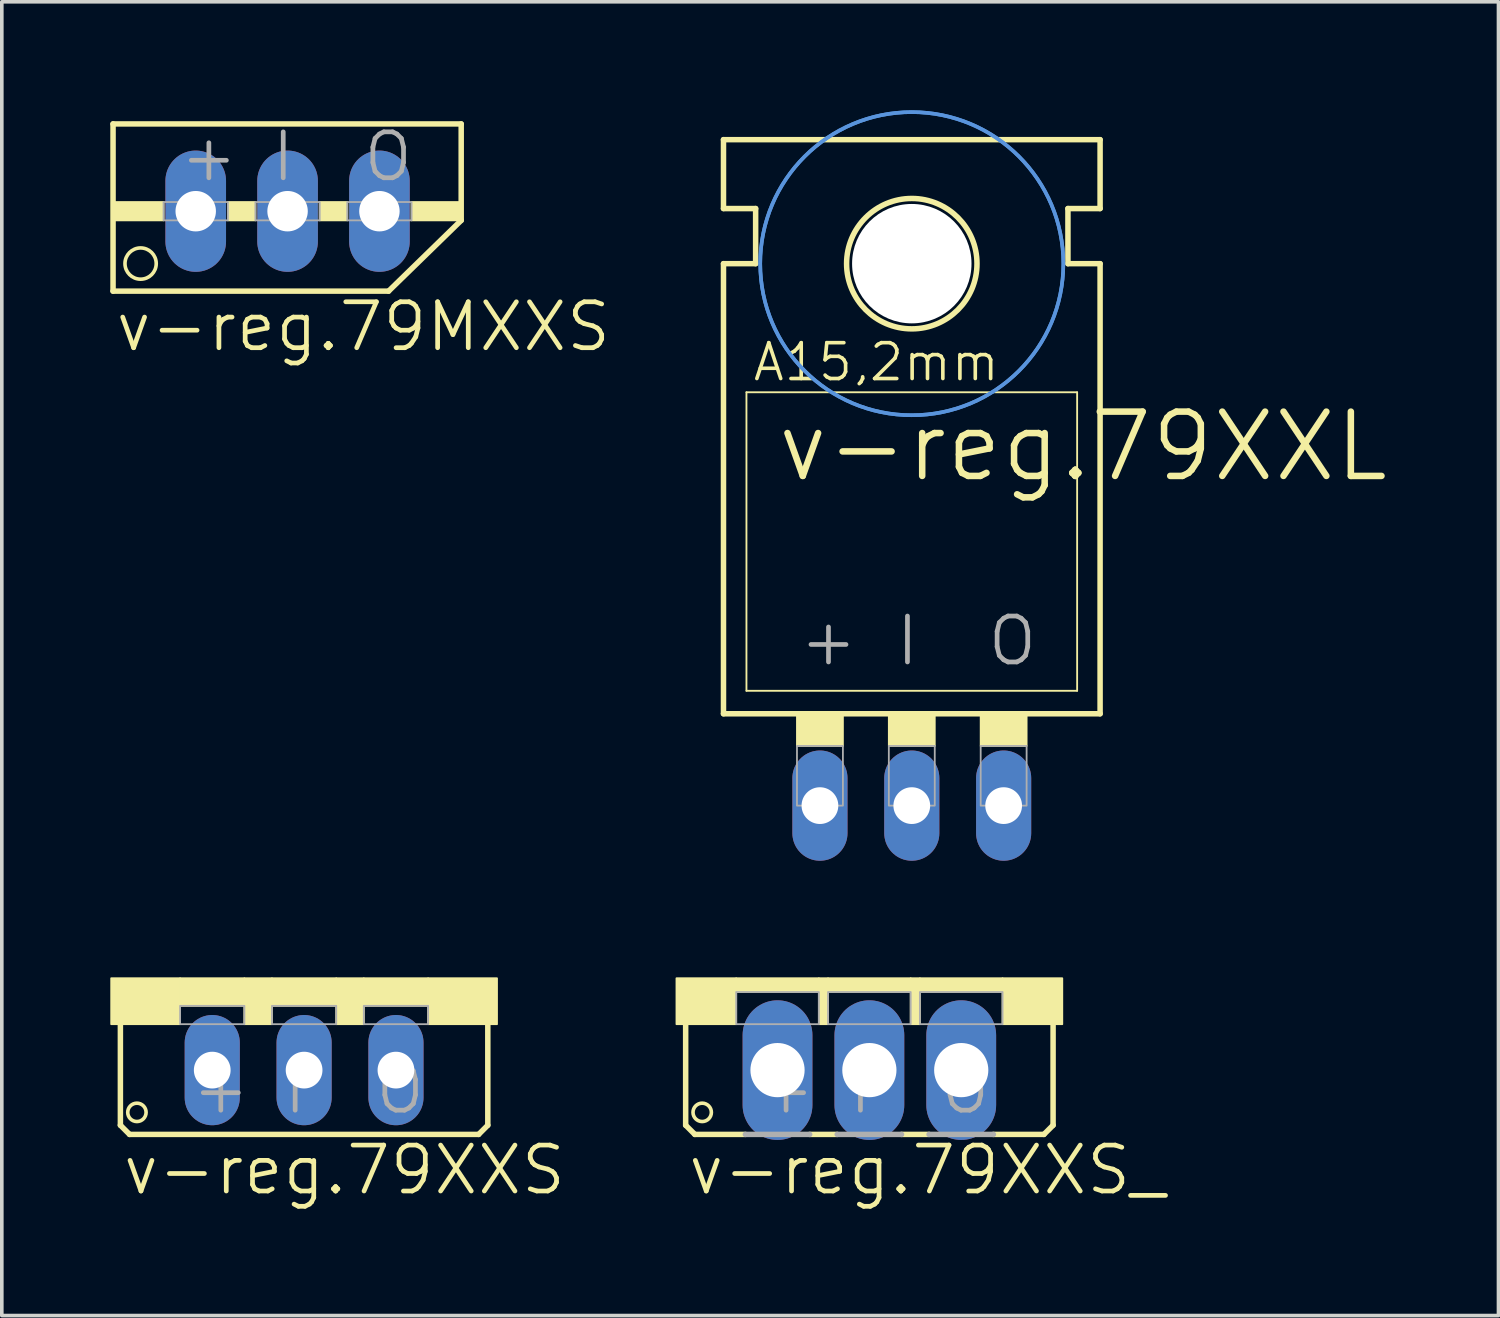
<source format=kicad_pcb>
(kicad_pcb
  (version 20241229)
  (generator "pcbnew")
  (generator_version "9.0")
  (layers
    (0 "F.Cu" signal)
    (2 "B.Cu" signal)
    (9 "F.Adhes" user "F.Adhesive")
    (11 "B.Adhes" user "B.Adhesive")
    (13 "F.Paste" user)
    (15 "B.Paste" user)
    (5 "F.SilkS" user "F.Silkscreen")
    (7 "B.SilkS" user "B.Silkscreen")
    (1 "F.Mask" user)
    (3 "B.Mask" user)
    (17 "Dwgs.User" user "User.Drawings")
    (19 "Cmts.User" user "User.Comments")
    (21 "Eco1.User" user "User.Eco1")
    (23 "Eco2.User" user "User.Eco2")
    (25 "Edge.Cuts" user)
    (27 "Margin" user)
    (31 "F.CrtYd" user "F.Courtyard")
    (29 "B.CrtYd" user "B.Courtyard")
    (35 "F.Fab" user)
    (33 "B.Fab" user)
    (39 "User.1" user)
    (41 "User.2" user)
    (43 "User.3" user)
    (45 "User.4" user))
  (footprint "v-reg.79XXS_"
    (layer "F.Cu")
    (at 20.99 24.001)
    (property "Reference" "v-reg.79XXS_" (at -5.08 6.045 0) (layer "F.SilkS") (effects (font (size 1.27 1.27) (thickness 0.13)) (justify left bottom)))
    (attr through_hole)
    (fp_line (start -5.08 4.064) (end -5.08 1.143) (stroke (width 0.152) (type default)) (layer "F.SilkS"))
    (fp_line (start -5.08 4.064) (end -4.826 4.318) (stroke (width 0.152) (type default)) (layer "F.SilkS"))
    (fp_line (start -4.826 4.318) (end -3.429 4.318) (stroke (width 0.152) (type default)) (layer "F.SilkS"))
    (fp_line (start -1.651 4.318) (end -0.889 4.318) (stroke (width 0.152) (type default)) (layer "F.SilkS"))
    (fp_line (start 0.889 4.318) (end 1.651 4.318) (stroke (width 0.152) (type default)) (layer "F.SilkS"))
    (fp_line (start 3.429 4.318) (end 4.826 4.318) (stroke (width 0.152) (type default)) (layer "F.SilkS"))
    (fp_line (start 4.826 4.318) (end 5.08 4.064) (stroke (width 0.152) (type default)) (layer "F.SilkS"))
    (fp_line (start 5.08 1.143) (end 5.08 4.064) (stroke (width 0.152) (type default)) (layer "F.SilkS"))
    (fp_rect (start -5.334 1.27) (end -3.683 0) (stroke (width 0.05) (type default)) (fill yes) (layer "F.SilkS"))
    (fp_rect (start -3.683 0.381) (end -1.397 0) (stroke (width 0.05) (type default)) (fill yes) (layer "F.SilkS"))
    (fp_rect (start -1.397 1.27) (end -1.143 0) (stroke (width 0.05) (type default)) (fill yes) (layer "F.SilkS"))
    (fp_rect (start -1.143 0.381) (end 1.143 0) (stroke (width 0.05) (type default)) (fill yes) (layer "F.SilkS"))
    (fp_rect (start 1.143 1.27) (end 1.397 0) (stroke (width 0.05) (type default)) (fill yes) (layer "F.SilkS"))
    (fp_rect (start 1.397 0.381) (end 3.683 0) (stroke (width 0.05) (type default)) (fill yes) (layer "F.SilkS"))
    (fp_rect (start 3.683 1.27) (end 5.334 0) (stroke (width 0.05) (type default)) (fill yes) (layer "F.SilkS"))
    (fp_circle (center -4.623 3.708) (end -4.369 3.708) (stroke (width 0.1) (type default)) (fill no) (layer "F.SilkS"))
    (fp_line (start -3.429 4.318) (end -1.651 4.318) (stroke (width 0.152) (type default)) (layer "F.Fab"))
    (fp_line (start -0.889 4.318) (end 0.889 4.318) (stroke (width 0.152) (type default)) (layer "F.Fab"))
    (fp_line (start 1.651 4.318) (end 3.429 4.318) (stroke (width 0.152) (type default)) (layer "F.Fab"))
    (fp_rect (start -3.683 1.27) (end -1.397 0.381) (stroke (width 0.05) (type default)) (fill no) (layer "F.Fab"))
    (fp_rect (start -1.143 1.27) (end 1.143 0.381) (stroke (width 0.05) (type default)) (fill no) (layer "F.Fab"))
    (fp_rect (start 1.397 1.27) (end 3.683 0.381) (stroke (width 0.05) (type default)) (fill no) (layer "F.Fab"))
    (fp_text user "O" (at 1.905 3.81 0) (layer "F.Fab") (effects (font (size 1.27 1.27) (thickness 0.13)) (justify left bottom)))
    (fp_text user "+" (at -3.175 3.81 0) (layer "F.Fab") (effects (font (size 1.27 1.27) (thickness 0.13)) (justify left bottom)))
    (fp_text user "I" (at -0.635 3.81 0) (layer "F.Fab") (effects (font (size 1.27 1.27) (thickness 0.13)) (justify left bottom)))
    (pad "GND" thru_hole oval (at -2.54 2.54 90) (size 3.861 1.93) (drill 1.499) (layers "*.Cu" "*.Mask"))
    (pad "IN" thru_hole oval (at 0 2.54 90) (size 3.861 1.93) (drill 1.499) (layers "*.Cu" "*.Mask"))
    (pad "OUT" thru_hole oval (at 2.54 2.54 90) (size 3.861 1.93) (drill 1.499) (layers "*.Cu" "*.Mask")))
  (footprint "v-reg.79XXL"
    (layer "F.Cu")
    (at 22.163 15.417)
    (property "Reference" "v-reg.79XXL" (at -3.81 -5.08 0) (layer "F.SilkS") (effects (font (size 1.778 1.778) (thickness 0.18)) (justify left bottom)))
    (attr through_hole)
    (fp_line (start -5.207 -12.7) (end -5.207 -14.605) (stroke (width 0.152) (type default)) (layer "F.SilkS"))
    (fp_line (start -5.207 -11.176) (end -4.318 -11.176) (stroke (width 0.152) (type default)) (layer "F.SilkS"))
    (fp_line (start -5.207 1.27) (end -5.207 -11.176) (stroke (width 0.152) (type default)) (layer "F.SilkS"))
    (fp_line (start -5.207 1.27) (end 5.207 1.27) (stroke (width 0.152) (type default)) (layer "F.SilkS"))
    (fp_line (start -4.572 0.635) (end -4.572 -7.62) (stroke (width 0.051) (type default)) (layer "F.SilkS"))
    (fp_line (start -4.572 0.635) (end 4.572 0.635) (stroke (width 0.051) (type default)) (layer "F.SilkS"))
    (fp_line (start -4.318 -12.7) (end -5.207 -12.7) (stroke (width 0.152) (type default)) (layer "F.SilkS"))
    (fp_line (start -4.318 -11.176) (end -4.318 -12.7) (stroke (width 0.152) (type default)) (layer "F.SilkS"))
    (fp_line (start 4.318 -12.7) (end 5.207 -12.7) (stroke (width 0.152) (type default)) (layer "F.SilkS"))
    (fp_line (start 4.318 -11.176) (end 4.318 -12.7) (stroke (width 0.152) (type default)) (layer "F.SilkS"))
    (fp_line (start 4.572 -7.62) (end -4.572 -7.62) (stroke (width 0.051) (type default)) (layer "F.SilkS"))
    (fp_line (start 4.572 -7.62) (end 4.572 0.635) (stroke (width 0.051) (type default)) (layer "F.SilkS"))
    (fp_line (start 5.207 -14.605) (end -5.207 -14.605) (stroke (width 0.152) (type default)) (layer "F.SilkS"))
    (fp_line (start 5.207 -12.7) (end 5.207 -14.605) (stroke (width 0.152) (type default)) (layer "F.SilkS"))
    (fp_line (start 5.207 -11.176) (end 4.318 -11.176) (stroke (width 0.152) (type default)) (layer "F.SilkS"))
    (fp_line (start 5.207 1.27) (end 5.207 -11.176) (stroke (width 0.152) (type default)) (layer "F.SilkS"))
    (fp_rect (start -3.175 2.159) (end -1.905 1.27) (stroke (width 0.05) (type default)) (fill yes) (layer "F.SilkS"))
    (fp_rect (start -0.635 2.159) (end 0.635 1.27) (stroke (width 0.05) (type default)) (fill yes) (layer "F.SilkS"))
    (fp_rect (start 1.905 2.159) (end 3.175 1.27) (stroke (width 0.05) (type default)) (fill yes) (layer "F.SilkS"))
    (fp_circle (center 0 -11.176) (end 1.803 -11.176) (stroke (width 0.152) (type default)) (fill no) (layer "F.SilkS"))
    (fp_circle (center 0 -11.176) (end 4.191 -11.176) (stroke (width 0.1) (type default)) (fill no) (layer "Cmts.User"))
    (fp_circle (center 0 -11.176) (end 4.191 -11.176) (stroke (width 0.1) (type default)) (fill no) (layer "Cmts.User"))
    (fp_rect (start -3.175 3.81) (end -1.905 2.159) (stroke (width 0.05) (type default)) (fill no) (layer "F.Fab"))
    (fp_rect (start -0.635 3.81) (end 0.635 2.159) (stroke (width 0.05) (type default)) (fill no) (layer "F.Fab"))
    (fp_rect (start 1.905 3.81) (end 3.175 2.159) (stroke (width 0.05) (type default)) (fill no) (layer "F.Fab"))
    (fp_text user "A15,2mm" (at -4.445 -7.874 0) (layer "F.SilkS") (effects (font (size 0.991 0.991) (thickness 0.1)) (justify left bottom)))
    (fp_text user "+" (at -3.175 0 0) (layer "F.Fab") (effects (font (size 1.27 1.27) (thickness 0.13)) (justify left bottom)))
    (fp_text user "I" (at -0.508 0 0) (layer "F.Fab") (effects (font (size 1.27 1.27) (thickness 0.13)) (justify left bottom)))
    (fp_text user "O" (at 2.032 0 0) (layer "F.Fab") (effects (font (size 1.27 1.27) (thickness 0.13)) (justify left bottom)))
    (pad "" np_thru_hole circle (at 0 -11.176) (size 3.302 3.302) (drill 3.302) (layers "*.Cu" "*.Mask"))
    (pad "GND" thru_hole oval (at -2.54 3.81 90) (size 3.048 1.524) (drill 1.016) (layers "*.Cu" "*.Mask"))
    (pad "IN" thru_hole oval (at 0 3.81 90) (size 3.048 1.524) (drill 1.016) (layers "*.Cu" "*.Mask"))
    (pad "OUT" thru_hole oval (at 2.54 3.81 90) (size 3.048 1.524) (drill 1.016) (layers "*.Cu" "*.Mask")))
  (footprint "v-reg.79MXXS"
    (layer "F.Cu")
    (at 4.902 0.25)
    (property "Reference" "v-reg.79MXXS" (at -4.826 6.477 0) (layer "F.SilkS") (effects (font (size 1.27 1.27) (thickness 0.13)) (justify left bottom)))
    (attr through_hole)
    (fp_line (start -4.826 0.127) (end 4.801 0.127) (stroke (width 0.152) (type default)) (layer "F.SilkS"))
    (fp_line (start -4.826 4.75) (end -4.826 0.127) (stroke (width 0.152) (type default)) (layer "F.SilkS"))
    (fp_line (start -4.826 4.75) (end 2.794 4.75) (stroke (width 0.152) (type default)) (layer "F.SilkS"))
    (fp_line (start 2.794 4.75) (end 4.801 2.794) (stroke (width 0.152) (type default)) (layer "F.SilkS"))
    (fp_line (start 4.801 0.127) (end 4.801 2.794) (stroke (width 0.152) (type default)) (layer "F.SilkS"))
    (fp_rect (start -4.826 2.794) (end -3.429 2.286) (stroke (width 0.05) (type default)) (fill yes) (layer "F.SilkS"))
    (fp_rect (start -1.651 2.794) (end -0.889 2.286) (stroke (width 0.05) (type default)) (fill yes) (layer "F.SilkS"))
    (fp_rect (start 0.889 2.794) (end 1.651 2.286) (stroke (width 0.05) (type default)) (fill yes) (layer "F.SilkS"))
    (fp_rect (start 3.429 2.794) (end 4.826 2.286) (stroke (width 0.05) (type default)) (fill yes) (layer "F.SilkS"))
    (fp_circle (center -4.064 3.988) (end -3.632 3.988) (stroke (width 0.1) (type default)) (fill no) (layer "F.SilkS"))
    (fp_rect (start -3.429 2.794) (end -1.651 2.286) (stroke (width 0.05) (type default)) (fill no) (layer "F.Fab"))
    (fp_rect (start -0.889 2.794) (end 0.889 2.286) (stroke (width 0.05) (type default)) (fill no) (layer "F.Fab"))
    (fp_rect (start 1.651 2.794) (end 3.429 2.286) (stroke (width 0.05) (type default)) (fill no) (layer "F.Fab"))
    (fp_text user "O" (at 2.032 1.778 0) (layer "F.Fab") (effects (font (size 1.27 1.27) (thickness 0.13)) (justify left bottom)))
    (fp_text user "+" (at -3.048 1.778 0) (layer "F.Fab") (effects (font (size 1.27 1.27) (thickness 0.13)) (justify left bottom)))
    (fp_text user "I" (at -0.508 1.778 0) (layer "F.Fab") (effects (font (size 1.27 1.27) (thickness 0.13)) (justify left bottom)))
    (pad "GND" thru_hole oval (at -2.54 2.54 90) (size 3.353 1.676) (drill 1.118) (layers "*.Cu" "*.Mask"))
    (pad "IN" thru_hole oval (at 0 2.54 90) (size 3.353 1.676) (drill 1.118) (layers "*.Cu" "*.Mask"))
    (pad "OUT" thru_hole oval (at 2.54 2.54 90) (size 3.353 1.676) (drill 1.118) (layers "*.Cu" "*.Mask")))
  (footprint "v-reg.79XXS"
    (layer "F.Cu")
    (at 5.359 24.001)
    (property "Reference" "v-reg.79XXS" (at -5.08 6.045 0) (layer "F.SilkS") (effects (font (size 1.27 1.27) (thickness 0.13)) (justify left bottom)))
    (attr through_hole)
    (fp_line (start -5.08 4.064) (end -5.08 1.143) (stroke (width 0.152) (type default)) (layer "F.SilkS"))
    (fp_line (start -5.08 4.064) (end -4.826 4.318) (stroke (width 0.152) (type default)) (layer "F.SilkS"))
    (fp_line (start 4.826 4.318) (end -4.826 4.318) (stroke (width 0.152) (type default)) (layer "F.SilkS"))
    (fp_line (start 4.826 4.318) (end 5.08 4.064) (stroke (width 0.152) (type default)) (layer "F.SilkS"))
    (fp_line (start 5.08 1.143) (end 5.08 4.064) (stroke (width 0.152) (type default)) (layer "F.SilkS"))
    (fp_rect (start -5.334 1.27) (end -3.429 0) (stroke (width 0.05) (type default)) (fill yes) (layer "F.SilkS"))
    (fp_rect (start -3.429 0.762) (end -1.651 0) (stroke (width 0.05) (type default)) (fill yes) (layer "F.SilkS"))
    (fp_rect (start -1.651 1.27) (end -0.889 0) (stroke (width 0.05) (type default)) (fill yes) (layer "F.SilkS"))
    (fp_rect (start -0.889 0.762) (end 0.889 0) (stroke (width 0.05) (type default)) (fill yes) (layer "F.SilkS"))
    (fp_rect (start 0.889 1.27) (end 1.651 0) (stroke (width 0.05) (type default)) (fill yes) (layer "F.SilkS"))
    (fp_rect (start 1.651 0.762) (end 3.429 0) (stroke (width 0.05) (type default)) (fill yes) (layer "F.SilkS"))
    (fp_rect (start 3.429 1.27) (end 5.334 0) (stroke (width 0.05) (type default)) (fill yes) (layer "F.SilkS"))
    (fp_circle (center -4.623 3.708) (end -4.369 3.708) (stroke (width 0.1) (type default)) (fill no) (layer "F.SilkS"))
    (fp_rect (start -3.429 1.27) (end -1.651 0.762) (stroke (width 0.05) (type default)) (fill no) (layer "F.Fab"))
    (fp_rect (start -0.889 1.27) (end 0.889 0.762) (stroke (width 0.05) (type default)) (fill no) (layer "F.Fab"))
    (fp_rect (start 1.651 1.27) (end 3.429 0.762) (stroke (width 0.05) (type default)) (fill no) (layer "F.Fab"))
    (fp_text user "+" (at -3.175 3.81 0) (layer "F.Fab") (effects (font (size 1.27 1.27) (thickness 0.13)) (justify left bottom)))
    (fp_text user "O" (at 1.905 3.81 0) (layer "F.Fab") (effects (font (size 1.27 1.27) (thickness 0.13)) (justify left bottom)))
    (fp_text user "I" (at -0.635 3.81 0) (layer "F.Fab") (effects (font (size 1.27 1.27) (thickness 0.13)) (justify left bottom)))
    (pad "GND" thru_hole oval (at -2.54 2.54 90) (size 3.048 1.524) (drill 1.016) (layers "*.Cu" "*.Mask"))
    (pad "IN" thru_hole oval (at 0 2.54 90) (size 3.048 1.524) (drill 1.016) (layers "*.Cu" "*.Mask"))
    (pad "OUT" thru_hole oval (at 2.54 2.54 90) (size 3.048 1.524) (drill 1.016) (layers "*.Cu" "*.Mask")))
  (gr_rect
    (start -3 -3)
    (end 38.386 33.328)
    (stroke (width 0.1) (type default))
    (fill no)
    (layer "Edge.Cuts")))
</source>
